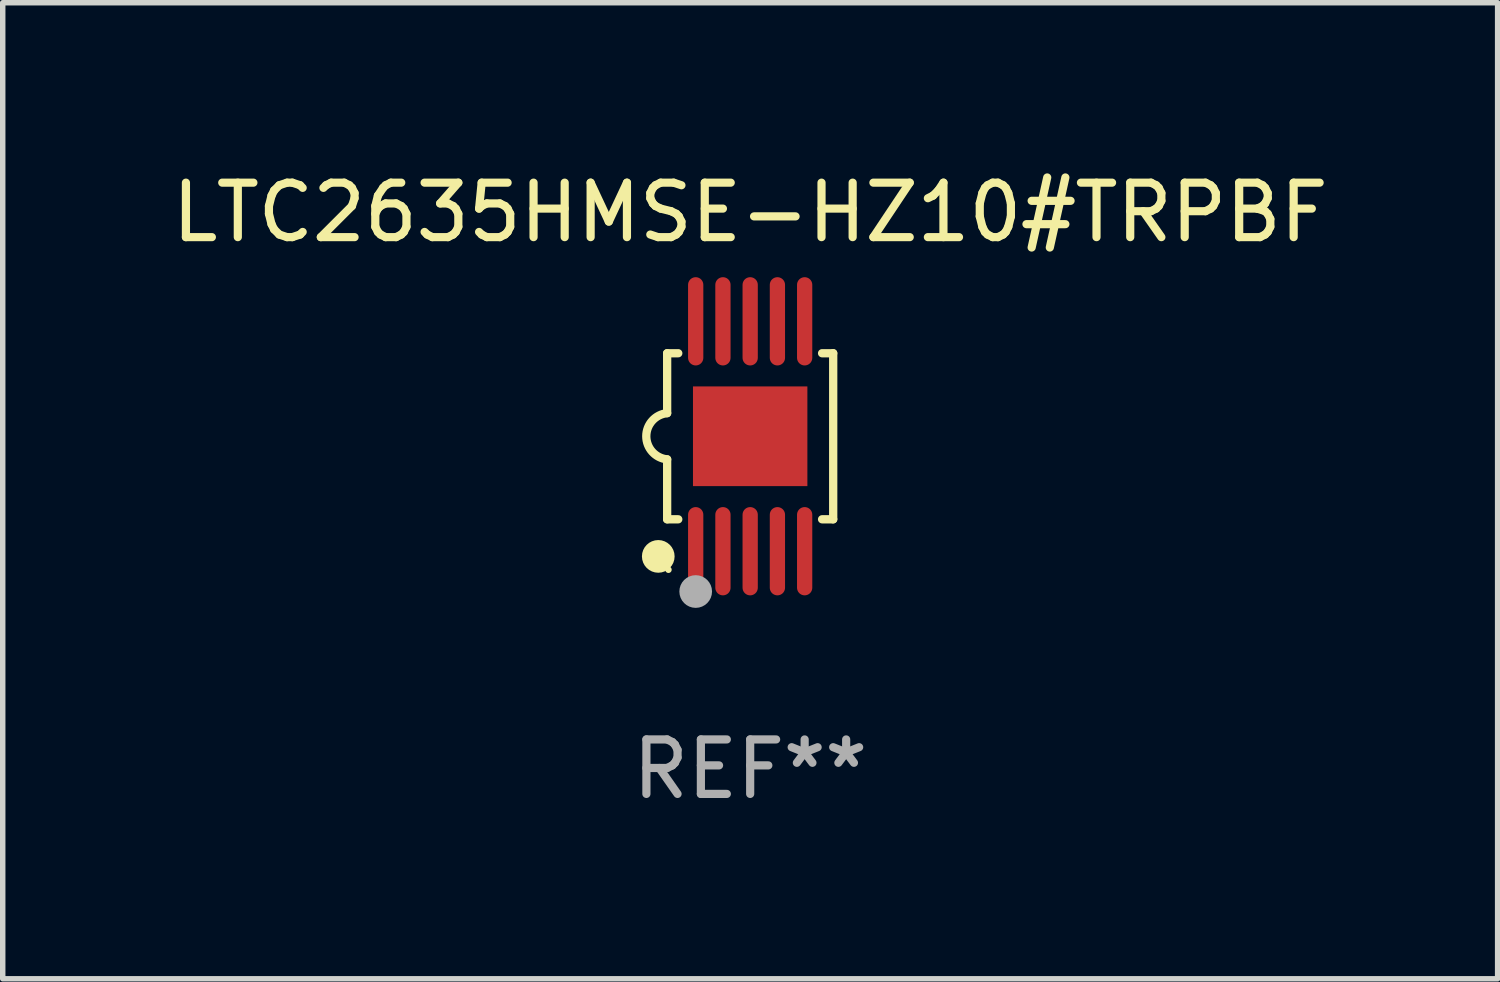
<source format=kicad_pcb>
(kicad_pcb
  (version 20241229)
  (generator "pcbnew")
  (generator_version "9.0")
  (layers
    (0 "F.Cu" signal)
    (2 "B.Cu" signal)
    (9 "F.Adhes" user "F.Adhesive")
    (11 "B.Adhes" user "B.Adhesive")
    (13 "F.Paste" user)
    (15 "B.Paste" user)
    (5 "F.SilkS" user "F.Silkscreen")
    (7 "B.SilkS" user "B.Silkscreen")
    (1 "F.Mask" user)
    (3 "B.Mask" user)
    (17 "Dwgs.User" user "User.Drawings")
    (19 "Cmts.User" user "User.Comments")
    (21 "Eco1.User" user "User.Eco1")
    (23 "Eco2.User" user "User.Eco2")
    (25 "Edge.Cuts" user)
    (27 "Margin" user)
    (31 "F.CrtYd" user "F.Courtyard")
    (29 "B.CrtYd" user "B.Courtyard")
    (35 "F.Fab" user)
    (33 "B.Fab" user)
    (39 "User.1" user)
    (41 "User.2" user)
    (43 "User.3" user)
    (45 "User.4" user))
  (footprint "LTC2635HMSE-HZ10#TRPBF"
    (layer "F.Cu")
    (at 10.72 4.958)
    (property "Reference" "LTC2635HMSE-HZ10#TRPBF" (at 0 -4.11 0) (layer "F.SilkS") (effects (font (size 1 1) (thickness 0.15))))
    (attr through_hole)
    (fp_line (start -1.524 -1.524) (end -1.524 -0.424) (stroke (width 0.152) (type solid)) (layer "F.SilkS"))
    (fp_line (start -1.524 1.524) (end -1.524 0.424) (stroke (width 0.152) (type solid)) (layer "F.SilkS"))
    (fp_line (start -1.524 1.524) (end -1.32 1.524) (stroke (width 0.152) (type solid)) (layer "F.SilkS"))
    (fp_line (start -1.32 -1.524) (end -1.524 -1.524) (stroke (width 0.152) (type solid)) (layer "F.SilkS"))
    (fp_line (start 1.32 1.524) (end 1.524 1.524) (stroke (width 0.152) (type solid)) (layer "F.SilkS"))
    (fp_line (start 1.524 -1.524) (end 1.32 -1.524) (stroke (width 0.152) (type solid)) (layer "F.SilkS"))
    (fp_line (start 1.524 1.524) (end 1.524 -1.524) (stroke (width 0.152) (type solid)) (layer "F.SilkS"))
    (fp_arc (start -1.524003 0.424003) (mid -1.906663 -0.000089) (end -1.524004 -0.424181) (stroke (width 0.151994) (type solid)) (layer "F.SilkS"))
    (fp_circle (center -1.687 2.205) (end -1.537 2.205) (stroke (width 0.3) (type solid)) (fill no) (layer "F.SilkS"))
    (fp_circle (center -1.5 2.45) (end -1.47 2.45) (stroke (width 0.06) (type solid)) (fill no) (layer "F.SilkS"))
    (fp_circle (center -1 2.85) (end -0.85 2.85) (stroke (width 0.3) (type solid)) (fill no) (layer "F.Fab"))
    (fp_text user "REF**" (at 0 6.11 0) (layer "F.Fab") (effects (font (size 1 1) (thickness 0.15))))
    (pad "1" smd oval (at -1 2.11) (size 0.28 1.62) (layers "F.Cu" "F.Mask" "F.Paste"))
    (pad "2" smd oval (at -0.5 2.11) (size 0.28 1.62) (layers "F.Cu" "F.Mask" "F.Paste"))
    (pad "3" smd oval (at 0 2.11) (size 0.28 1.62) (layers "F.Cu" "F.Mask" "F.Paste"))
    (pad "4" smd oval (at 0.5 2.11) (size 0.28 1.62) (layers "F.Cu" "F.Mask" "F.Paste"))
    (pad "5" smd oval (at 1 2.11) (size 0.28 1.62) (layers "F.Cu" "F.Mask" "F.Paste"))
    (pad "6" smd oval (at 1 -2.11) (size 0.28 1.62) (layers "F.Cu" "F.Mask" "F.Paste"))
    (pad "7" smd oval (at 0.5 -2.11) (size 0.28 1.62) (layers "F.Cu" "F.Mask" "F.Paste"))
    (pad "8" smd oval (at 0 -2.11) (size 0.28 1.62) (layers "F.Cu" "F.Mask" "F.Paste"))
    (pad "9" smd oval (at -0.5 -2.11) (size 0.28 1.62) (layers "F.Cu" "F.Mask" "F.Paste"))
    (pad "10" smd oval (at -1 -2.11) (size 0.28 1.62) (layers "F.Cu" "F.Mask" "F.Paste"))
    (pad "11" smd rect (at 0 0) (size 2.1 1.83) (layers "F.Cu" "F.Mask" "F.Paste")))
  (gr_rect
    (start -3 -3)
    (end 24.44 14.916)
    (stroke (width 0.1) (type default))
    (fill no)
    (layer "Edge.Cuts")))
</source>
